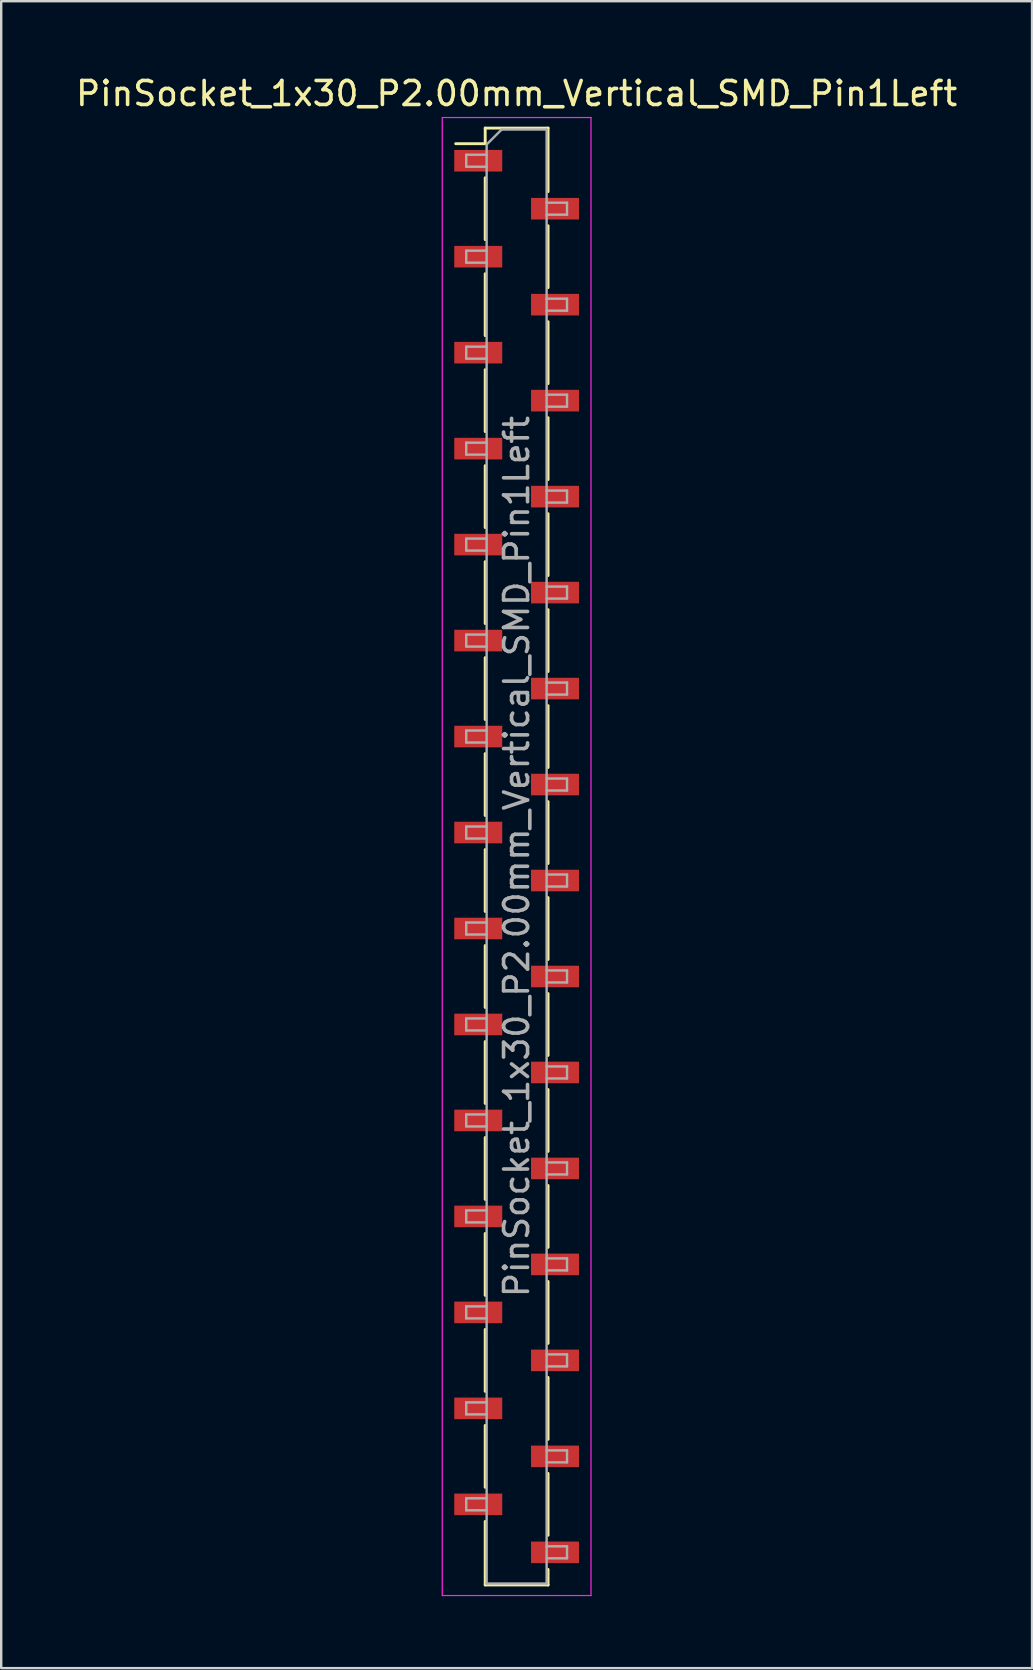
<source format=kicad_pcb>
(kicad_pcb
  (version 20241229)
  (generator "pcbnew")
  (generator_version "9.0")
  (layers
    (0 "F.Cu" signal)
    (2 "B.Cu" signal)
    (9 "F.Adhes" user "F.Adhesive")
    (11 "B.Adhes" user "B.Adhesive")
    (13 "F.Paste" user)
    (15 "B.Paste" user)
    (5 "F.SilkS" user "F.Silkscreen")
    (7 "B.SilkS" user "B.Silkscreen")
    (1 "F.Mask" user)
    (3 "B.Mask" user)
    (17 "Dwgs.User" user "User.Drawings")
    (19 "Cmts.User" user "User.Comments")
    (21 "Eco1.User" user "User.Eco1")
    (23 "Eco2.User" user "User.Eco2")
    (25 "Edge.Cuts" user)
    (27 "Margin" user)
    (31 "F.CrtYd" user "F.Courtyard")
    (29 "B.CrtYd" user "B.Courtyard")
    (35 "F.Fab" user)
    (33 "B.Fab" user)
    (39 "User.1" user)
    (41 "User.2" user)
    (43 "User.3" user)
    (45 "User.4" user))
  (footprint "PinSocket_1x30_P2.00mm_Vertical_SMD_Pin1Left"
    (layer "F.Cu")
    (at 18.482 32.648)
    (property "Reference" "PinSocket_1x30_P2.00mm_Vertical_SMD_Pin1Left" (at 0 -31.8 0) (layer "F.SilkS") (effects (font (size 1 1) (thickness 0.15))))
    (attr smd)
    (fp_line (start -2.54 -29.71) (end -1.31 -29.71) (stroke (width 0.12) (type solid)) (layer "F.SilkS"))
    (fp_line (start -1.31 -30.36) (end -1.31 -29.71) (stroke (width 0.12) (type solid)) (layer "F.SilkS"))
    (fp_line (start -1.31 -30.36) (end 1.31 -30.36) (stroke (width 0.12) (type solid)) (layer "F.SilkS"))
    (fp_line (start -1.31 -28.29) (end -1.31 -25.71) (stroke (width 0.12) (type solid)) (layer "F.SilkS"))
    (fp_line (start -1.31 -24.29) (end -1.31 -21.71) (stroke (width 0.12) (type solid)) (layer "F.SilkS"))
    (fp_line (start -1.31 -20.29) (end -1.31 -17.71) (stroke (width 0.12) (type solid)) (layer "F.SilkS"))
    (fp_line (start -1.31 -16.29) (end -1.31 -13.71) (stroke (width 0.12) (type solid)) (layer "F.SilkS"))
    (fp_line (start -1.31 -12.29) (end -1.31 -9.71) (stroke (width 0.12) (type solid)) (layer "F.SilkS"))
    (fp_line (start -1.31 -8.29) (end -1.31 -5.71) (stroke (width 0.12) (type solid)) (layer "F.SilkS"))
    (fp_line (start -1.31 -4.29) (end -1.31 -1.71) (stroke (width 0.12) (type solid)) (layer "F.SilkS"))
    (fp_line (start -1.31 -0.29) (end -1.31 2.29) (stroke (width 0.12) (type solid)) (layer "F.SilkS"))
    (fp_line (start -1.31 3.71) (end -1.31 6.29) (stroke (width 0.12) (type solid)) (layer "F.SilkS"))
    (fp_line (start -1.31 7.71) (end -1.31 10.29) (stroke (width 0.12) (type solid)) (layer "F.SilkS"))
    (fp_line (start -1.31 11.71) (end -1.31 14.29) (stroke (width 0.12) (type solid)) (layer "F.SilkS"))
    (fp_line (start -1.31 15.71) (end -1.31 18.29) (stroke (width 0.12) (type solid)) (layer "F.SilkS"))
    (fp_line (start -1.31 19.71) (end -1.31 22.29) (stroke (width 0.12) (type solid)) (layer "F.SilkS"))
    (fp_line (start -1.31 23.71) (end -1.31 26.29) (stroke (width 0.12) (type solid)) (layer "F.SilkS"))
    (fp_line (start -1.31 27.71) (end -1.31 30.36) (stroke (width 0.12) (type solid)) (layer "F.SilkS"))
    (fp_line (start -1.31 30.36) (end 1.31 30.36) (stroke (width 0.12) (type solid)) (layer "F.SilkS"))
    (fp_line (start 1.31 -30.36) (end 1.31 -27.71) (stroke (width 0.12) (type solid)) (layer "F.SilkS"))
    (fp_line (start 1.31 -26.29) (end 1.31 -23.71) (stroke (width 0.12) (type solid)) (layer "F.SilkS"))
    (fp_line (start 1.31 -22.29) (end 1.31 -19.71) (stroke (width 0.12) (type solid)) (layer "F.SilkS"))
    (fp_line (start 1.31 -18.29) (end 1.31 -15.71) (stroke (width 0.12) (type solid)) (layer "F.SilkS"))
    (fp_line (start 1.31 -14.29) (end 1.31 -11.71) (stroke (width 0.12) (type solid)) (layer "F.SilkS"))
    (fp_line (start 1.31 -10.29) (end 1.31 -7.71) (stroke (width 0.12) (type solid)) (layer "F.SilkS"))
    (fp_line (start 1.31 -6.29) (end 1.31 -3.71) (stroke (width 0.12) (type solid)) (layer "F.SilkS"))
    (fp_line (start 1.31 -2.29) (end 1.31 0.29) (stroke (width 0.12) (type solid)) (layer "F.SilkS"))
    (fp_line (start 1.31 1.71) (end 1.31 4.29) (stroke (width 0.12) (type solid)) (layer "F.SilkS"))
    (fp_line (start 1.31 5.71) (end 1.31 8.29) (stroke (width 0.12) (type solid)) (layer "F.SilkS"))
    (fp_line (start 1.31 9.71) (end 1.31 12.29) (stroke (width 0.12) (type solid)) (layer "F.SilkS"))
    (fp_line (start 1.31 13.71) (end 1.31 16.29) (stroke (width 0.12) (type solid)) (layer "F.SilkS"))
    (fp_line (start 1.31 17.71) (end 1.31 20.29) (stroke (width 0.12) (type solid)) (layer "F.SilkS"))
    (fp_line (start 1.31 21.71) (end 1.31 24.29) (stroke (width 0.12) (type solid)) (layer "F.SilkS"))
    (fp_line (start 1.31 25.71) (end 1.31 28.29) (stroke (width 0.12) (type solid)) (layer "F.SilkS"))
    (fp_line (start 1.31 29.71) (end 1.31 30.36) (stroke (width 0.12) (type solid)) (layer "F.SilkS"))
    (fp_line (start -3.1 -30.8) (end 3.1 -30.8) (stroke (width 0.05) (type solid)) (layer "F.CrtYd"))
    (fp_line (start -3.1 30.8) (end -3.1 -30.8) (stroke (width 0.05) (type solid)) (layer "F.CrtYd"))
    (fp_line (start 3.1 -30.8) (end 3.1 30.8) (stroke (width 0.05) (type solid)) (layer "F.CrtYd"))
    (fp_line (start 3.1 30.8) (end -3.1 30.8) (stroke (width 0.05) (type solid)) (layer "F.CrtYd"))
    (fp_line (start -2.1 -29.25) (end -1.25 -29.25) (stroke (width 0.1) (type solid)) (layer "F.Fab"))
    (fp_line (start -2.1 -28.75) (end -2.1 -29.25) (stroke (width 0.1) (type solid)) (layer "F.Fab"))
    (fp_line (start -2.1 -25.25) (end -1.25 -25.25) (stroke (width 0.1) (type solid)) (layer "F.Fab"))
    (fp_line (start -2.1 -24.75) (end -2.1 -25.25) (stroke (width 0.1) (type solid)) (layer "F.Fab"))
    (fp_line (start -2.1 -21.25) (end -1.25 -21.25) (stroke (width 0.1) (type solid)) (layer "F.Fab"))
    (fp_line (start -2.1 -20.75) (end -2.1 -21.25) (stroke (width 0.1) (type solid)) (layer "F.Fab"))
    (fp_line (start -2.1 -17.25) (end -1.25 -17.25) (stroke (width 0.1) (type solid)) (layer "F.Fab"))
    (fp_line (start -2.1 -16.75) (end -2.1 -17.25) (stroke (width 0.1) (type solid)) (layer "F.Fab"))
    (fp_line (start -2.1 -13.25) (end -1.25 -13.25) (stroke (width 0.1) (type solid)) (layer "F.Fab"))
    (fp_line (start -2.1 -12.75) (end -2.1 -13.25) (stroke (width 0.1) (type solid)) (layer "F.Fab"))
    (fp_line (start -2.1 -9.25) (end -1.25 -9.25) (stroke (width 0.1) (type solid)) (layer "F.Fab"))
    (fp_line (start -2.1 -8.75) (end -2.1 -9.25) (stroke (width 0.1) (type solid)) (layer "F.Fab"))
    (fp_line (start -2.1 -5.25) (end -1.25 -5.25) (stroke (width 0.1) (type solid)) (layer "F.Fab"))
    (fp_line (start -2.1 -4.75) (end -2.1 -5.25) (stroke (width 0.1) (type solid)) (layer "F.Fab"))
    (fp_line (start -2.1 -1.25) (end -1.25 -1.25) (stroke (width 0.1) (type solid)) (layer "F.Fab"))
    (fp_line (start -2.1 -0.75) (end -2.1 -1.25) (stroke (width 0.1) (type solid)) (layer "F.Fab"))
    (fp_line (start -2.1 2.75) (end -1.25 2.75) (stroke (width 0.1) (type solid)) (layer "F.Fab"))
    (fp_line (start -2.1 3.25) (end -2.1 2.75) (stroke (width 0.1) (type solid)) (layer "F.Fab"))
    (fp_line (start -2.1 6.75) (end -1.25 6.75) (stroke (width 0.1) (type solid)) (layer "F.Fab"))
    (fp_line (start -2.1 7.25) (end -2.1 6.75) (stroke (width 0.1) (type solid)) (layer "F.Fab"))
    (fp_line (start -2.1 10.75) (end -1.25 10.75) (stroke (width 0.1) (type solid)) (layer "F.Fab"))
    (fp_line (start -2.1 11.25) (end -2.1 10.75) (stroke (width 0.1) (type solid)) (layer "F.Fab"))
    (fp_line (start -2.1 14.75) (end -1.25 14.75) (stroke (width 0.1) (type solid)) (layer "F.Fab"))
    (fp_line (start -2.1 15.25) (end -2.1 14.75) (stroke (width 0.1) (type solid)) (layer "F.Fab"))
    (fp_line (start -2.1 18.75) (end -1.25 18.75) (stroke (width 0.1) (type solid)) (layer "F.Fab"))
    (fp_line (start -2.1 19.25) (end -2.1 18.75) (stroke (width 0.1) (type solid)) (layer "F.Fab"))
    (fp_line (start -2.1 22.75) (end -1.25 22.75) (stroke (width 0.1) (type solid)) (layer "F.Fab"))
    (fp_line (start -2.1 23.25) (end -2.1 22.75) (stroke (width 0.1) (type solid)) (layer "F.Fab"))
    (fp_line (start -2.1 26.75) (end -1.25 26.75) (stroke (width 0.1) (type solid)) (layer "F.Fab"))
    (fp_line (start -2.1 27.25) (end -2.1 26.75) (stroke (width 0.1) (type solid)) (layer "F.Fab"))
    (fp_line (start -1.25 -29.675) (end -0.625 -30.3) (stroke (width 0.1) (type solid)) (layer "F.Fab"))
    (fp_line (start -1.25 -28.75) (end -2.1 -28.75) (stroke (width 0.1) (type solid)) (layer "F.Fab"))
    (fp_line (start -1.25 -24.75) (end -2.1 -24.75) (stroke (width 0.1) (type solid)) (layer "F.Fab"))
    (fp_line (start -1.25 -20.75) (end -2.1 -20.75) (stroke (width 0.1) (type solid)) (layer "F.Fab"))
    (fp_line (start -1.25 -16.75) (end -2.1 -16.75) (stroke (width 0.1) (type solid)) (layer "F.Fab"))
    (fp_line (start -1.25 -12.75) (end -2.1 -12.75) (stroke (width 0.1) (type solid)) (layer "F.Fab"))
    (fp_line (start -1.25 -8.75) (end -2.1 -8.75) (stroke (width 0.1) (type solid)) (layer "F.Fab"))
    (fp_line (start -1.25 -4.75) (end -2.1 -4.75) (stroke (width 0.1) (type solid)) (layer "F.Fab"))
    (fp_line (start -1.25 -0.75) (end -2.1 -0.75) (stroke (width 0.1) (type solid)) (layer "F.Fab"))
    (fp_line (start -1.25 3.25) (end -2.1 3.25) (stroke (width 0.1) (type solid)) (layer "F.Fab"))
    (fp_line (start -1.25 7.25) (end -2.1 7.25) (stroke (width 0.1) (type solid)) (layer "F.Fab"))
    (fp_line (start -1.25 11.25) (end -2.1 11.25) (stroke (width 0.1) (type solid)) (layer "F.Fab"))
    (fp_line (start -1.25 15.25) (end -2.1 15.25) (stroke (width 0.1) (type solid)) (layer "F.Fab"))
    (fp_line (start -1.25 19.25) (end -2.1 19.25) (stroke (width 0.1) (type solid)) (layer "F.Fab"))
    (fp_line (start -1.25 23.25) (end -2.1 23.25) (stroke (width 0.1) (type solid)) (layer "F.Fab"))
    (fp_line (start -1.25 27.25) (end -2.1 27.25) (stroke (width 0.1) (type solid)) (layer "F.Fab"))
    (fp_line (start -1.25 30.3) (end -1.25 -29.675) (stroke (width 0.1) (type solid)) (layer "F.Fab"))
    (fp_line (start -0.625 -30.3) (end 1.25 -30.3) (stroke (width 0.1) (type solid)) (layer "F.Fab"))
    (fp_line (start 1.25 -30.3) (end 1.25 30.3) (stroke (width 0.1) (type solid)) (layer "F.Fab"))
    (fp_line (start 1.25 -27.25) (end 2.1 -27.25) (stroke (width 0.1) (type solid)) (layer "F.Fab"))
    (fp_line (start 1.25 -23.25) (end 2.1 -23.25) (stroke (width 0.1) (type solid)) (layer "F.Fab"))
    (fp_line (start 1.25 -19.25) (end 2.1 -19.25) (stroke (width 0.1) (type solid)) (layer "F.Fab"))
    (fp_line (start 1.25 -15.25) (end 2.1 -15.25) (stroke (width 0.1) (type solid)) (layer "F.Fab"))
    (fp_line (start 1.25 -11.25) (end 2.1 -11.25) (stroke (width 0.1) (type solid)) (layer "F.Fab"))
    (fp_line (start 1.25 -7.25) (end 2.1 -7.25) (stroke (width 0.1) (type solid)) (layer "F.Fab"))
    (fp_line (start 1.25 -3.25) (end 2.1 -3.25) (stroke (width 0.1) (type solid)) (layer "F.Fab"))
    (fp_line (start 1.25 0.75) (end 2.1 0.75) (stroke (width 0.1) (type solid)) (layer "F.Fab"))
    (fp_line (start 1.25 4.75) (end 2.1 4.75) (stroke (width 0.1) (type solid)) (layer "F.Fab"))
    (fp_line (start 1.25 8.75) (end 2.1 8.75) (stroke (width 0.1) (type solid)) (layer "F.Fab"))
    (fp_line (start 1.25 12.75) (end 2.1 12.75) (stroke (width 0.1) (type solid)) (layer "F.Fab"))
    (fp_line (start 1.25 16.75) (end 2.1 16.75) (stroke (width 0.1) (type solid)) (layer "F.Fab"))
    (fp_line (start 1.25 20.75) (end 2.1 20.75) (stroke (width 0.1) (type solid)) (layer "F.Fab"))
    (fp_line (start 1.25 24.75) (end 2.1 24.75) (stroke (width 0.1) (type solid)) (layer "F.Fab"))
    (fp_line (start 1.25 28.75) (end 2.1 28.75) (stroke (width 0.1) (type solid)) (layer "F.Fab"))
    (fp_line (start 1.25 30.3) (end -1.25 30.3) (stroke (width 0.1) (type solid)) (layer "F.Fab"))
    (fp_line (start 2.1 -27.25) (end 2.1 -26.75) (stroke (width 0.1) (type solid)) (layer "F.Fab"))
    (fp_line (start 2.1 -26.75) (end 1.25 -26.75) (stroke (width 0.1) (type solid)) (layer "F.Fab"))
    (fp_line (start 2.1 -23.25) (end 2.1 -22.75) (stroke (width 0.1) (type solid)) (layer "F.Fab"))
    (fp_line (start 2.1 -22.75) (end 1.25 -22.75) (stroke (width 0.1) (type solid)) (layer "F.Fab"))
    (fp_line (start 2.1 -19.25) (end 2.1 -18.75) (stroke (width 0.1) (type solid)) (layer "F.Fab"))
    (fp_line (start 2.1 -18.75) (end 1.25 -18.75) (stroke (width 0.1) (type solid)) (layer "F.Fab"))
    (fp_line (start 2.1 -15.25) (end 2.1 -14.75) (stroke (width 0.1) (type solid)) (layer "F.Fab"))
    (fp_line (start 2.1 -14.75) (end 1.25 -14.75) (stroke (width 0.1) (type solid)) (layer "F.Fab"))
    (fp_line (start 2.1 -11.25) (end 2.1 -10.75) (stroke (width 0.1) (type solid)) (layer "F.Fab"))
    (fp_line (start 2.1 -10.75) (end 1.25 -10.75) (stroke (width 0.1) (type solid)) (layer "F.Fab"))
    (fp_line (start 2.1 -7.25) (end 2.1 -6.75) (stroke (width 0.1) (type solid)) (layer "F.Fab"))
    (fp_line (start 2.1 -6.75) (end 1.25 -6.75) (stroke (width 0.1) (type solid)) (layer "F.Fab"))
    (fp_line (start 2.1 -3.25) (end 2.1 -2.75) (stroke (width 0.1) (type solid)) (layer "F.Fab"))
    (fp_line (start 2.1 -2.75) (end 1.25 -2.75) (stroke (width 0.1) (type solid)) (layer "F.Fab"))
    (fp_line (start 2.1 0.75) (end 2.1 1.25) (stroke (width 0.1) (type solid)) (layer "F.Fab"))
    (fp_line (start 2.1 1.25) (end 1.25 1.25) (stroke (width 0.1) (type solid)) (layer "F.Fab"))
    (fp_line (start 2.1 4.75) (end 2.1 5.25) (stroke (width 0.1) (type solid)) (layer "F.Fab"))
    (fp_line (start 2.1 5.25) (end 1.25 5.25) (stroke (width 0.1) (type solid)) (layer "F.Fab"))
    (fp_line (start 2.1 8.75) (end 2.1 9.25) (stroke (width 0.1) (type solid)) (layer "F.Fab"))
    (fp_line (start 2.1 9.25) (end 1.25 9.25) (stroke (width 0.1) (type solid)) (layer "F.Fab"))
    (fp_line (start 2.1 12.75) (end 2.1 13.25) (stroke (width 0.1) (type solid)) (layer "F.Fab"))
    (fp_line (start 2.1 13.25) (end 1.25 13.25) (stroke (width 0.1) (type solid)) (layer "F.Fab"))
    (fp_line (start 2.1 16.75) (end 2.1 17.25) (stroke (width 0.1) (type solid)) (layer "F.Fab"))
    (fp_line (start 2.1 17.25) (end 1.25 17.25) (stroke (width 0.1) (type solid)) (layer "F.Fab"))
    (fp_line (start 2.1 20.75) (end 2.1 21.25) (stroke (width 0.1) (type solid)) (layer "F.Fab"))
    (fp_line (start 2.1 21.25) (end 1.25 21.25) (stroke (width 0.1) (type solid)) (layer "F.Fab"))
    (fp_line (start 2.1 24.75) (end 2.1 25.25) (stroke (width 0.1) (type solid)) (layer "F.Fab"))
    (fp_line (start 2.1 25.25) (end 1.25 25.25) (stroke (width 0.1) (type solid)) (layer "F.Fab"))
    (fp_line (start 2.1 28.75) (end 2.1 29.25) (stroke (width 0.1) (type solid)) (layer "F.Fab"))
    (fp_line (start 2.1 29.25) (end 1.25 29.25) (stroke (width 0.1) (type solid)) (layer "F.Fab"))
    (fp_text user "${REFERENCE}" (at 0 0 90) (layer "F.Fab") (effects (font (size 1 1) (thickness 0.15))))
    (pad "1" smd rect (at -1.6 -29) (size 2 0.9) (layers "F.Cu" "F.Mask" "F.Paste"))
    (pad "2" smd rect (at 1.6 -27) (size 2 0.9) (layers "F.Cu" "F.Mask" "F.Paste"))
    (pad "3" smd rect (at -1.6 -25) (size 2 0.9) (layers "F.Cu" "F.Mask" "F.Paste"))
    (pad "4" smd rect (at 1.6 -23) (size 2 0.9) (layers "F.Cu" "F.Mask" "F.Paste"))
    (pad "5" smd rect (at -1.6 -21) (size 2 0.9) (layers "F.Cu" "F.Mask" "F.Paste"))
    (pad "6" smd rect (at 1.6 -19) (size 2 0.9) (layers "F.Cu" "F.Mask" "F.Paste"))
    (pad "7" smd rect (at -1.6 -17) (size 2 0.9) (layers "F.Cu" "F.Mask" "F.Paste"))
    (pad "8" smd rect (at 1.6 -15) (size 2 0.9) (layers "F.Cu" "F.Mask" "F.Paste"))
    (pad "9" smd rect (at -1.6 -13) (size 2 0.9) (layers "F.Cu" "F.Mask" "F.Paste"))
    (pad "10" smd rect (at 1.6 -11) (size 2 0.9) (layers "F.Cu" "F.Mask" "F.Paste"))
    (pad "11" smd rect (at -1.6 -9) (size 2 0.9) (layers "F.Cu" "F.Mask" "F.Paste"))
    (pad "12" smd rect (at 1.6 -7) (size 2 0.9) (layers "F.Cu" "F.Mask" "F.Paste"))
    (pad "13" smd rect (at -1.6 -5) (size 2 0.9) (layers "F.Cu" "F.Mask" "F.Paste"))
    (pad "14" smd rect (at 1.6 -3) (size 2 0.9) (layers "F.Cu" "F.Mask" "F.Paste"))
    (pad "15" smd rect (at -1.6 -1) (size 2 0.9) (layers "F.Cu" "F.Mask" "F.Paste"))
    (pad "16" smd rect (at 1.6 1) (size 2 0.9) (layers "F.Cu" "F.Mask" "F.Paste"))
    (pad "17" smd rect (at -1.6 3) (size 2 0.9) (layers "F.Cu" "F.Mask" "F.Paste"))
    (pad "18" smd rect (at 1.6 5) (size 2 0.9) (layers "F.Cu" "F.Mask" "F.Paste"))
    (pad "19" smd rect (at -1.6 7) (size 2 0.9) (layers "F.Cu" "F.Mask" "F.Paste"))
    (pad "20" smd rect (at 1.6 9) (size 2 0.9) (layers "F.Cu" "F.Mask" "F.Paste"))
    (pad "21" smd rect (at -1.6 11) (size 2 0.9) (layers "F.Cu" "F.Mask" "F.Paste"))
    (pad "22" smd rect (at 1.6 13) (size 2 0.9) (layers "F.Cu" "F.Mask" "F.Paste"))
    (pad "23" smd rect (at -1.6 15) (size 2 0.9) (layers "F.Cu" "F.Mask" "F.Paste"))
    (pad "24" smd rect (at 1.6 17) (size 2 0.9) (layers "F.Cu" "F.Mask" "F.Paste"))
    (pad "25" smd rect (at -1.6 19) (size 2 0.9) (layers "F.Cu" "F.Mask" "F.Paste"))
    (pad "26" smd rect (at 1.6 21) (size 2 0.9) (layers "F.Cu" "F.Mask" "F.Paste"))
    (pad "27" smd rect (at -1.6 23) (size 2 0.9) (layers "F.Cu" "F.Mask" "F.Paste"))
    (pad "28" smd rect (at 1.6 25) (size 2 0.9) (layers "F.Cu" "F.Mask" "F.Paste"))
    (pad "29" smd rect (at -1.6 27) (size 2 0.9) (layers "F.Cu" "F.Mask" "F.Paste"))
    (pad "30" smd rect (at 1.6 29) (size 2 0.9) (layers "F.Cu" "F.Mask" "F.Paste")))
  (gr_rect
    (start -3 -3)
    (end 39.964 66.473)
    (stroke (width 0.1) (type default))
    (fill no)
    (layer "Edge.Cuts")))
</source>
